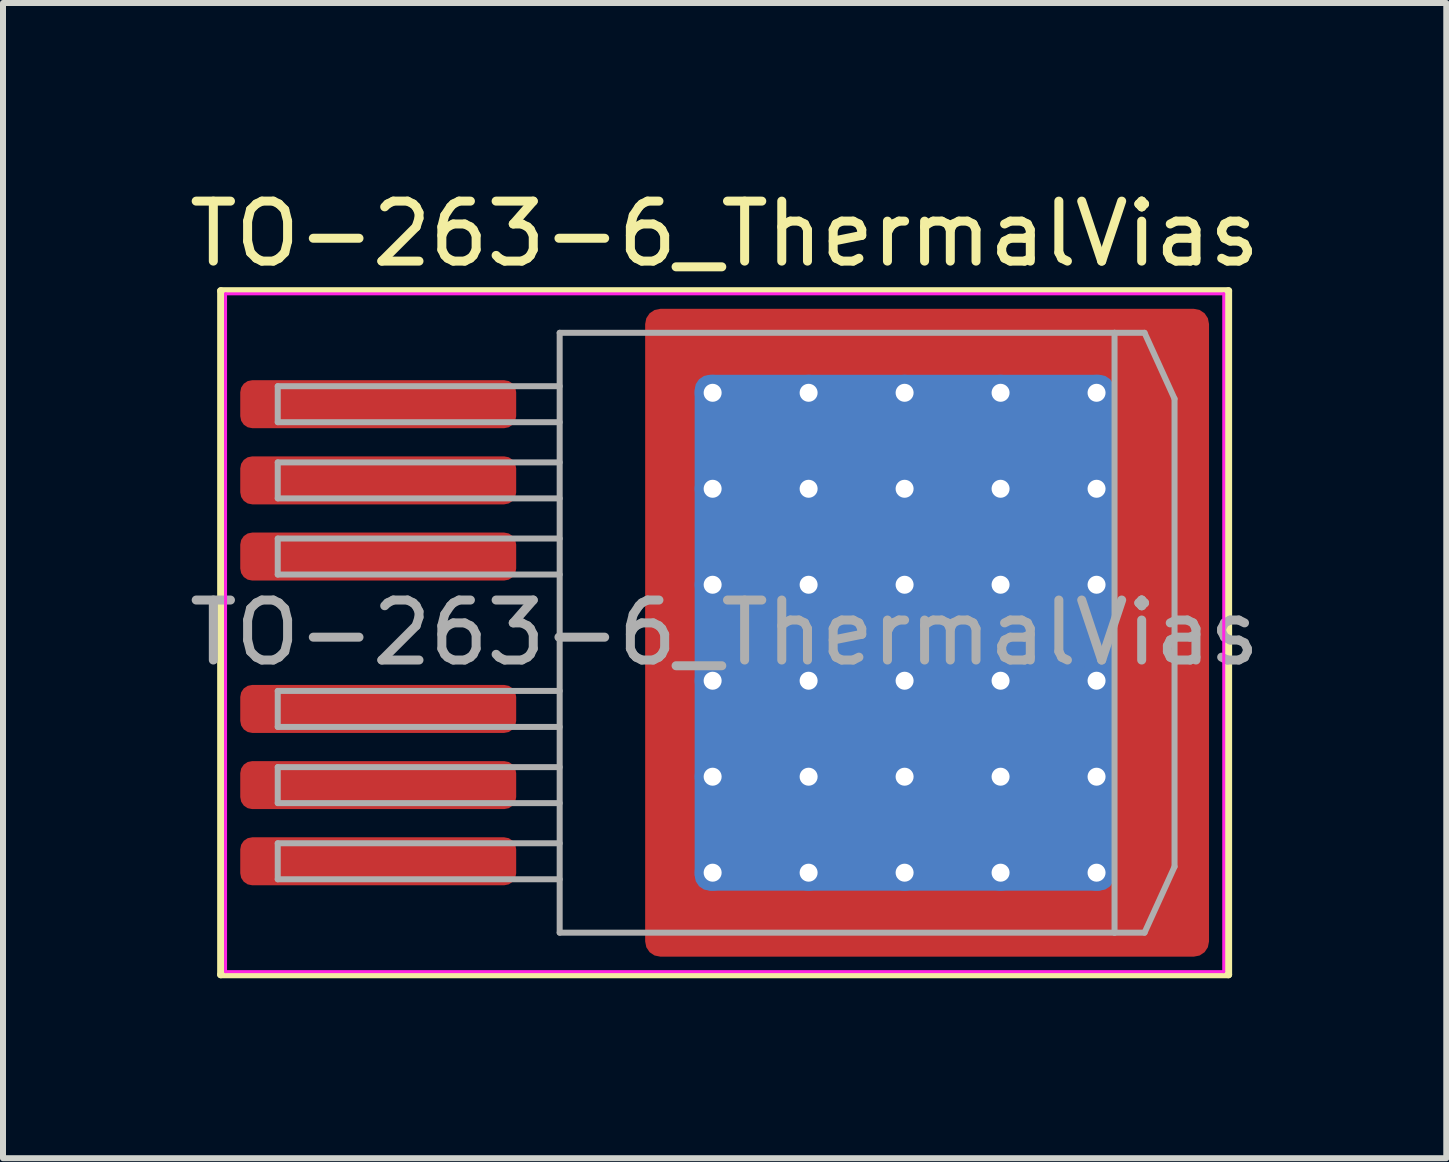
<source format=kicad_pcb>
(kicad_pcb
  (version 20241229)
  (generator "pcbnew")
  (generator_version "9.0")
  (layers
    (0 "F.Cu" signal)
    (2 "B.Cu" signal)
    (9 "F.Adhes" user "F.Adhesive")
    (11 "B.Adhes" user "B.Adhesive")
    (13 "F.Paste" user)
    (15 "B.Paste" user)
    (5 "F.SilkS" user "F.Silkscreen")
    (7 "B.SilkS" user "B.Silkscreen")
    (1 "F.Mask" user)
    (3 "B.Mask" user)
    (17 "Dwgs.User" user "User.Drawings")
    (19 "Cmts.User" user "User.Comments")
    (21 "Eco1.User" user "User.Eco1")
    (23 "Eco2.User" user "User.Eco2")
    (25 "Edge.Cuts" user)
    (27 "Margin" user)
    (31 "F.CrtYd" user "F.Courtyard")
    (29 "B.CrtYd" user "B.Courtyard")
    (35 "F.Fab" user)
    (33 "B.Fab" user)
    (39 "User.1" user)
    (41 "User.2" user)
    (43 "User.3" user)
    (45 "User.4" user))
  (footprint "TO-263-6_ThermalVias"
    (layer "F.Cu")
    (at 9.03 7.498)
    (property "Reference" "TO-263-6_ThermalVias" (at 0 -6.65 0) (layer "F.SilkS") (effects (font (size 1 1) (thickness 0.15))))
    (attr smd)
    (fp_line (start -8.4 -5.7) (end -8.4 5.7) (stroke (width 0.12) (type solid)) (layer "F.SilkS"))
    (fp_line (start -8.4 5.7) (end 8.4 5.7) (stroke (width 0.12) (type solid)) (layer "F.SilkS"))
    (fp_line (start 8.4 -5.7) (end -8.4 -5.7) (stroke (width 0.12) (type solid)) (layer "F.SilkS"))
    (fp_line (start 8.4 5.7) (end 8.4 -5.7) (stroke (width 0.12) (type solid)) (layer "F.SilkS"))
    (fp_line (start -8.32 -5.65) (end -8.32 5.65) (stroke (width 0.05) (type solid)) (layer "F.CrtYd"))
    (fp_line (start -8.32 5.65) (end 8.32 5.65) (stroke (width 0.05) (type solid)) (layer "F.CrtYd"))
    (fp_line (start 8.32 -5.65) (end -8.32 -5.65) (stroke (width 0.05) (type solid)) (layer "F.CrtYd"))
    (fp_line (start 8.32 5.65) (end 8.32 -5.65) (stroke (width 0.05) (type solid)) (layer "F.CrtYd"))
    (fp_line (start -7.45 -4.11) (end -7.45 -3.51) (stroke (width 0.1) (type solid)) (layer "F.Fab"))
    (fp_line (start -7.45 -3.51) (end -2.75 -3.51) (stroke (width 0.1) (type solid)) (layer "F.Fab"))
    (fp_line (start -7.45 -2.84) (end -7.45 -2.24) (stroke (width 0.1) (type solid)) (layer "F.Fab"))
    (fp_line (start -7.45 -2.24) (end -2.75 -2.24) (stroke (width 0.1) (type solid)) (layer "F.Fab"))
    (fp_line (start -7.45 -1.57) (end -7.45 -0.97) (stroke (width 0.1) (type solid)) (layer "F.Fab"))
    (fp_line (start -7.45 -0.97) (end -2.75 -0.97) (stroke (width 0.1) (type solid)) (layer "F.Fab"))
    (fp_line (start -7.45 0.97) (end -7.45 1.57) (stroke (width 0.1) (type solid)) (layer "F.Fab"))
    (fp_line (start -7.45 1.57) (end -2.75 1.57) (stroke (width 0.1) (type solid)) (layer "F.Fab"))
    (fp_line (start -7.45 2.24) (end -7.45 2.84) (stroke (width 0.1) (type solid)) (layer "F.Fab"))
    (fp_line (start -7.45 2.84) (end -2.75 2.84) (stroke (width 0.1) (type solid)) (layer "F.Fab"))
    (fp_line (start -7.45 3.51) (end -7.45 4.11) (stroke (width 0.1) (type solid)) (layer "F.Fab"))
    (fp_line (start -7.45 4.11) (end -2.75 4.11) (stroke (width 0.1) (type solid)) (layer "F.Fab"))
    (fp_line (start -2.75 -5) (end 6.5 -5) (stroke (width 0.1) (type solid)) (layer "F.Fab"))
    (fp_line (start -2.75 -4.11) (end -7.45 -4.11) (stroke (width 0.1) (type solid)) (layer "F.Fab"))
    (fp_line (start -2.75 -2.84) (end -7.45 -2.84) (stroke (width 0.1) (type solid)) (layer "F.Fab"))
    (fp_line (start -2.75 -1.57) (end -7.45 -1.57) (stroke (width 0.1) (type solid)) (layer "F.Fab"))
    (fp_line (start -2.75 0.97) (end -7.45 0.97) (stroke (width 0.1) (type solid)) (layer "F.Fab"))
    (fp_line (start -2.75 2.24) (end -7.45 2.24) (stroke (width 0.1) (type solid)) (layer "F.Fab"))
    (fp_line (start -2.75 3.51) (end -7.45 3.51) (stroke (width 0.1) (type solid)) (layer "F.Fab"))
    (fp_line (start -2.75 5) (end -2.75 -5) (stroke (width 0.1) (type solid)) (layer "F.Fab"))
    (fp_line (start 6.5 -5) (end 6.5 5) (stroke (width 0.1) (type solid)) (layer "F.Fab"))
    (fp_line (start 6.5 -5) (end 7 -5) (stroke (width 0.1) (type solid)) (layer "F.Fab"))
    (fp_line (start 6.5 5) (end -2.75 5) (stroke (width 0.1) (type solid)) (layer "F.Fab"))
    (fp_line (start 6.5 5) (end 7 5) (stroke (width 0.1) (type solid)) (layer "F.Fab"))
    (fp_line (start 7 -5) (end 7.5 -3.9) (stroke (width 0.1) (type solid)) (layer "F.Fab"))
    (fp_line (start 7 5) (end 7.5 3.9) (stroke (width 0.1) (type solid)) (layer "F.Fab"))
    (fp_line (start 7.5 -3.9) (end 7.5 3.9) (stroke (width 0.1) (type solid)) (layer "F.Fab"))
    (fp_text user "${REFERENCE}" (at 0 0 0) (layer "F.Fab") (effects (font (size 1 1) (thickness 0.15))))
    (pad "" smd roundrect (at -0.75 -4.65 90) (size 1.1 0.9) (layers "F.Paste") (roundrect_rratio 0.25))
    (pad "" smd roundrect (at -0.75 -3.2 90) (size 1.4 0.9) (layers "F.Paste") (roundrect_rratio 0.25))
    (pad "" smd roundrect (at -0.75 -1.6 90) (size 1.4 0.9) (layers "F.Paste") (roundrect_rratio 0.25))
    (pad "" smd roundrect (at -0.75 0 90) (size 1.4 0.9) (layers "F.Paste") (roundrect_rratio 0.25))
    (pad "" smd roundrect (at -0.75 1.6 90) (size 1.4 0.9) (layers "F.Paste") (roundrect_rratio 0.25))
    (pad "" smd roundrect (at -0.75 3.2 90) (size 1.4 0.9) (layers "F.Paste") (roundrect_rratio 0.25))
    (pad "" smd roundrect (at -0.75 4.65 90) (size 1.1 0.9) (layers "F.Paste") (roundrect_rratio 0.25))
    (pad "" smd roundrect (at 0.6 -4.65) (size 1.4 1.1) (layers "F.Paste") (roundrect_rratio 0.227))
    (pad "" smd roundrect (at 0.6 -3.2) (size 1.4 1.4) (layers "F.Paste") (roundrect_rratio 0.179))
    (pad "" smd roundrect (at 0.6 -1.6) (size 1.4 1.4) (layers "F.Paste") (roundrect_rratio 0.179))
    (pad "" smd roundrect (at 0.6 0) (size 1.4 1.4) (layers "F.Paste") (roundrect_rratio 0.179))
    (pad "" smd roundrect (at 0.6 1.6) (size 1.4 1.4) (layers "F.Paste") (roundrect_rratio 0.179))
    (pad "" smd roundrect (at 0.6 3.2) (size 1.4 1.4) (layers "F.Paste") (roundrect_rratio 0.179))
    (pad "" smd roundrect (at 0.6 4.65) (size 1.4 1.1) (layers "F.Paste") (roundrect_rratio 0.227))
    (pad "" smd roundrect (at 2.2 -4.65) (size 1.4 1.1) (layers "F.Paste") (roundrect_rratio 0.227))
    (pad "" smd roundrect (at 2.2 -3.2) (size 1.4 1.4) (layers "F.Paste") (roundrect_rratio 0.179))
    (pad "" smd roundrect (at 2.2 -1.6) (size 1.4 1.4) (layers "F.Paste") (roundrect_rratio 0.179))
    (pad "" smd roundrect (at 2.2 0) (size 1.4 1.4) (layers "F.Paste") (roundrect_rratio 0.179))
    (pad "" smd roundrect (at 2.2 1.6) (size 1.4 1.4) (layers "F.Paste") (roundrect_rratio 0.179))
    (pad "" smd roundrect (at 2.2 3.2) (size 1.4 1.4) (layers "F.Paste") (roundrect_rratio 0.179))
    (pad "" smd roundrect (at 2.2 4.65) (size 1.4 1.1) (layers "F.Paste") (roundrect_rratio 0.227))
    (pad "" smd roundrect (at 3.8 -4.65) (size 1.4 1.1) (layers "F.Paste") (roundrect_rratio 0.227))
    (pad "" smd roundrect (at 3.8 -3.2) (size 1.4 1.4) (layers "F.Paste") (roundrect_rratio 0.179))
    (pad "" smd roundrect (at 3.8 -1.6) (size 1.4 1.4) (layers "F.Paste") (roundrect_rratio 0.179))
    (pad "" smd roundrect (at 3.8 0) (size 1.4 1.4) (layers "F.Paste") (roundrect_rratio 0.179))
    (pad "" smd roundrect (at 3.8 1.6) (size 1.4 1.4) (layers "F.Paste") (roundrect_rratio 0.179))
    (pad "" smd roundrect (at 3.8 3.2) (size 1.4 1.4) (layers "F.Paste") (roundrect_rratio 0.179))
    (pad "" smd roundrect (at 3.8 4.65) (size 1.4 1.1) (layers "F.Paste") (roundrect_rratio 0.227))
    (pad "" smd roundrect (at 5.45 -4.65) (size 1.4 1.1) (layers "F.Paste") (roundrect_rratio 0.227))
    (pad "" smd roundrect (at 5.45 -3.2) (size 1.4 1.4) (layers "F.Paste") (roundrect_rratio 0.179))
    (pad "" smd roundrect (at 5.45 -1.6) (size 1.4 1.4) (layers "F.Paste") (roundrect_rratio 0.179))
    (pad "" smd roundrect (at 5.45 0) (size 1.4 1.4) (layers "F.Paste") (roundrect_rratio 0.179))
    (pad "" smd roundrect (at 5.45 1.6) (size 1.4 1.4) (layers "F.Paste") (roundrect_rratio 0.179))
    (pad "" smd roundrect (at 5.45 3.2) (size 1.4 1.4) (layers "F.Paste") (roundrect_rratio 0.179))
    (pad "" smd roundrect (at 5.45 4.65) (size 1.4 1.1) (layers "F.Paste") (roundrect_rratio 0.227))
    (pad "" smd roundrect (at 7.05 -4.65) (size 1.4 1.1) (layers "F.Paste") (roundrect_rratio 0.227))
    (pad "" smd roundrect (at 7.05 -3.2) (size 1.4 1.4) (layers "F.Paste") (roundrect_rratio 0.179))
    (pad "" smd roundrect (at 7.05 -1.6) (size 1.4 1.4) (layers "F.Paste") (roundrect_rratio 0.179))
    (pad "" smd roundrect (at 7.05 0) (size 1.4 1.4) (layers "F.Paste") (roundrect_rratio 0.179))
    (pad "" smd roundrect (at 7.05 1.6) (size 1.4 1.4) (layers "F.Paste") (roundrect_rratio 0.179))
    (pad "" smd roundrect (at 7.05 3.2) (size 1.4 1.4) (layers "F.Paste") (roundrect_rratio 0.179))
    (pad "" smd roundrect (at 7.05 4.65) (size 1.4 1.1) (layers "F.Paste") (roundrect_rratio 0.227))
    (pad "1" smd roundrect (at -5.775 -3.81) (size 4.6 0.8) (layers "F.Cu" "F.Mask" "F.Paste") (roundrect_rratio 0.25))
    (pad "2" smd roundrect (at -5.775 -2.54) (size 4.6 0.8) (layers "F.Cu" "F.Mask" "F.Paste") (roundrect_rratio 0.25))
    (pad "3" smd roundrect (at -5.775 -1.27) (size 4.6 0.8) (layers "F.Cu" "F.Mask" "F.Paste") (roundrect_rratio 0.25))
    (pad "4" thru_hole circle (at -0.2 -4) (size 0.6 0.6) (drill 0.3) (property pad_prop_heatsink) (layers "*.Cu"))
    (pad "4" thru_hole circle (at -0.2 -2.4) (size 0.6 0.6) (drill 0.3) (property pad_prop_heatsink) (layers "*.Cu"))
    (pad "4" thru_hole circle (at -0.2 -0.8) (size 0.6 0.6) (drill 0.3) (property pad_prop_heatsink) (layers "*.Cu"))
    (pad "4" thru_hole circle (at -0.2 0.8) (size 0.6 0.6) (drill 0.3) (property pad_prop_heatsink) (layers "*.Cu"))
    (pad "4" thru_hole circle (at -0.2 2.4) (size 0.6 0.6) (drill 0.3) (property pad_prop_heatsink) (layers "*.Cu"))
    (pad "4" thru_hole circle (at -0.2 4) (size 0.6 0.6) (drill 0.3) (property pad_prop_heatsink) (layers "*.Cu"))
    (pad "4" thru_hole circle (at 1.4 -4) (size 0.6 0.6) (drill 0.3) (property pad_prop_heatsink) (layers "*.Cu"))
    (pad "4" thru_hole circle (at 1.4 -2.4) (size 0.6 0.6) (drill 0.3) (property pad_prop_heatsink) (layers "*.Cu"))
    (pad "4" thru_hole circle (at 1.4 -0.8) (size 0.6 0.6) (drill 0.3) (property pad_prop_heatsink) (layers "*.Cu"))
    (pad "4" thru_hole circle (at 1.4 0.8) (size 0.6 0.6) (drill 0.3) (property pad_prop_heatsink) (layers "*.Cu"))
    (pad "4" thru_hole circle (at 1.4 2.4) (size 0.6 0.6) (drill 0.3) (property pad_prop_heatsink) (layers "*.Cu"))
    (pad "4" thru_hole circle (at 1.4 4) (size 0.6 0.6) (drill 0.3) (property pad_prop_heatsink) (layers "*.Cu"))
    (pad "4" thru_hole circle (at 3 -4) (size 0.6 0.6) (drill 0.3) (property pad_prop_heatsink) (layers "*.Cu"))
    (pad "4" thru_hole circle (at 3 -2.4) (size 0.6 0.6) (drill 0.3) (property pad_prop_heatsink) (layers "*.Cu"))
    (pad "4" thru_hole circle (at 3 -0.8) (size 0.6 0.6) (drill 0.3) (property pad_prop_heatsink) (layers "*.Cu"))
    (pad "4" smd roundrect (at 3 0) (size 7 8.6) (layers "B.Cu" "B.Mask") (roundrect_rratio 0.036))
    (pad "4" thru_hole circle (at 3 0.8) (size 0.6 0.6) (drill 0.3) (property pad_prop_heatsink) (layers "*.Cu"))
    (pad "4" thru_hole circle (at 3 2.4) (size 0.6 0.6) (drill 0.3) (property pad_prop_heatsink) (layers "*.Cu"))
    (pad "4" thru_hole circle (at 3 4) (size 0.6 0.6) (drill 0.3) (property pad_prop_heatsink) (layers "*.Cu"))
    (pad "4" smd roundrect (at 3.375 0) (size 9.4 10.8) (layers "F.Cu" "F.Mask") (roundrect_rratio 0.027))
    (pad "4" thru_hole circle (at 4.6 -4) (size 0.6 0.6) (drill 0.3) (property pad_prop_heatsink) (layers "*.Cu"))
    (pad "4" thru_hole circle (at 4.6 -2.4) (size 0.6 0.6) (drill 0.3) (property pad_prop_heatsink) (layers "*.Cu"))
    (pad "4" thru_hole circle (at 4.6 -0.8) (size 0.6 0.6) (drill 0.3) (property pad_prop_heatsink) (layers "*.Cu"))
    (pad "4" thru_hole circle (at 4.6 0.8) (size 0.6 0.6) (drill 0.3) (property pad_prop_heatsink) (layers "*.Cu"))
    (pad "4" thru_hole circle (at 4.6 2.4) (size 0.6 0.6) (drill 0.3) (property pad_prop_heatsink) (layers "*.Cu"))
    (pad "4" thru_hole circle (at 4.6 4) (size 0.6 0.6) (drill 0.3) (property pad_prop_heatsink) (layers "*.Cu"))
    (pad "4" thru_hole circle (at 6.2 -4) (size 0.6 0.6) (drill 0.3) (property pad_prop_heatsink) (layers "*.Cu"))
    (pad "4" thru_hole circle (at 6.2 -2.4) (size 0.6 0.6) (drill 0.3) (property pad_prop_heatsink) (layers "*.Cu"))
    (pad "4" thru_hole circle (at 6.2 -0.8) (size 0.6 0.6) (drill 0.3) (property pad_prop_heatsink) (layers "*.Cu"))
    (pad "4" thru_hole circle (at 6.2 0.8) (size 0.6 0.6) (drill 0.3) (property pad_prop_heatsink) (layers "*.Cu"))
    (pad "4" thru_hole circle (at 6.2 2.4) (size 0.6 0.6) (drill 0.3) (property pad_prop_heatsink) (layers "*.Cu"))
    (pad "4" thru_hole circle (at 6.2 4) (size 0.6 0.6) (drill 0.3) (property pad_prop_heatsink) (layers "*.Cu"))
    (pad "5" smd roundrect (at -5.775 1.27) (size 4.6 0.8) (layers "F.Cu" "F.Mask" "F.Paste") (roundrect_rratio 0.25))
    (pad "6" smd roundrect (at -5.775 2.54) (size 4.6 0.8) (layers "F.Cu" "F.Mask" "F.Paste") (roundrect_rratio 0.25))
    (pad "7" smd roundrect (at -5.775 3.81) (size 4.6 0.8) (layers "F.Cu" "F.Mask" "F.Paste") (roundrect_rratio 0.25)))
  (gr_rect
    (start -3 -3)
    (end 21.06 16.258)
    (stroke (width 0.1) (type default))
    (fill no)
    (layer "Edge.Cuts")))
</source>
